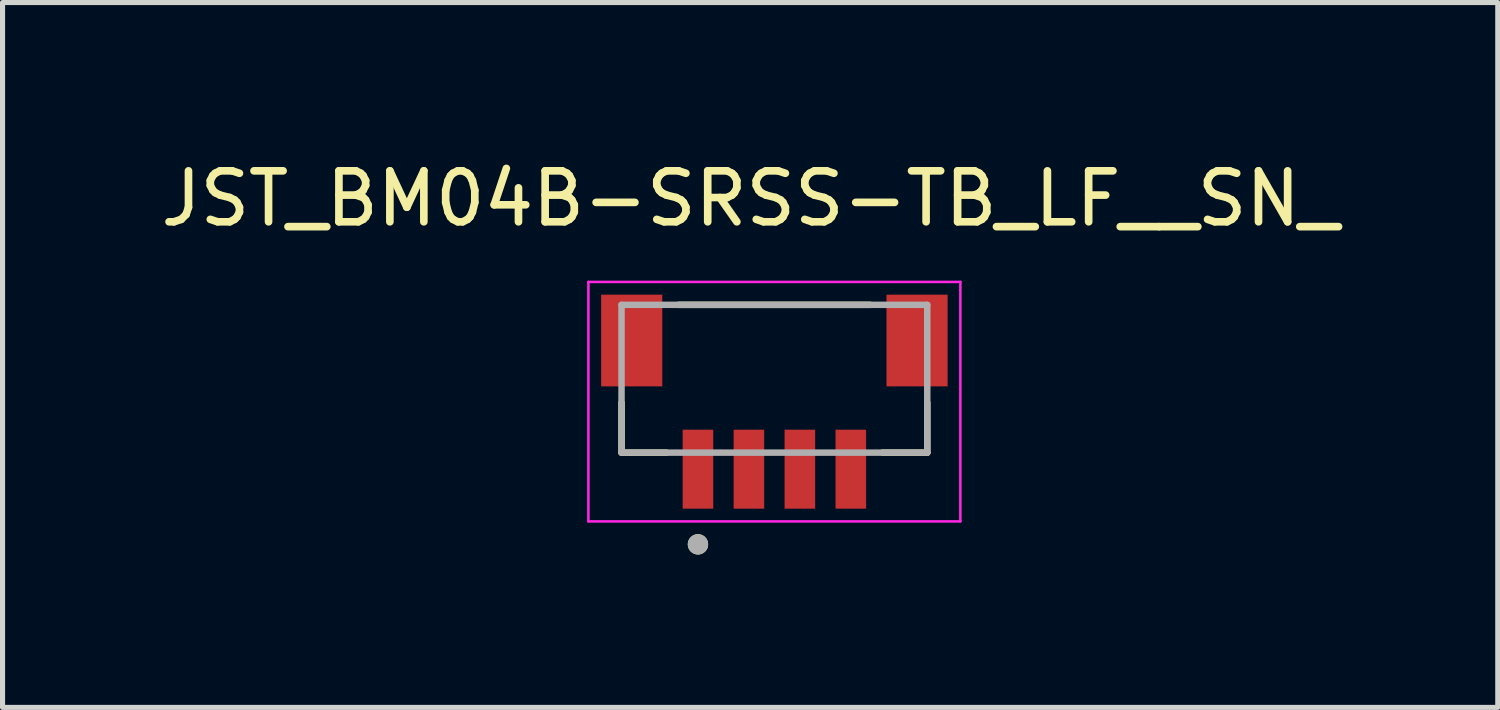
<source format=kicad_pcb>
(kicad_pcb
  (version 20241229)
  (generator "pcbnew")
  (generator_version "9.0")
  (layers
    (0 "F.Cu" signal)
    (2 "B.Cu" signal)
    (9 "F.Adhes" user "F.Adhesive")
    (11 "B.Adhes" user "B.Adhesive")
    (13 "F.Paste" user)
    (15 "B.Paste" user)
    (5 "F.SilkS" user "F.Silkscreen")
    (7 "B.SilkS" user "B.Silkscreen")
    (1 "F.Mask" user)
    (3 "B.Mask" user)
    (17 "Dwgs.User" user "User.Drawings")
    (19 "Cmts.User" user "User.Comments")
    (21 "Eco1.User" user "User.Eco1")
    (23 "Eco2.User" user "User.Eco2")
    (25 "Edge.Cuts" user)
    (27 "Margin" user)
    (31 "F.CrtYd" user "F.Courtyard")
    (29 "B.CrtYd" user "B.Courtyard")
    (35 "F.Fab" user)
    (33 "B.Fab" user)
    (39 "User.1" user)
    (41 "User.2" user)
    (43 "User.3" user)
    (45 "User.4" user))
  (footprint "JST_BM04B-SRSS-TB_LF__SN_"
    (layer "F.Cu")
    (at 12.148 3.633)
    (property "Reference" "JST_BM04B-SRSS-TB_LF__SN_" (at -0.475 -2.785 0) (layer "F.SilkS") (effects (font (size 1 1) (thickness 0.15))))
    (attr smd)
    (fp_line (start -3 2.2) (end -3 1.22) (stroke (width 0.127) (type solid)) (layer "F.SilkS"))
    (fp_line (start -2.12 2.2) (end -3 2.2) (stroke (width 0.127) (type solid)) (layer "F.SilkS"))
    (fp_line (start -1.88 -0.7) (end 1.88 -0.7) (stroke (width 0.127) (type solid)) (layer "F.SilkS"))
    (fp_line (start 3 2.2) (end 2.12 2.2) (stroke (width 0.127) (type solid)) (layer "F.SilkS"))
    (fp_line (start 3 2.2) (end 3 1.22) (stroke (width 0.127) (type solid)) (layer "F.SilkS"))
    (fp_circle (center -1.5 4) (end -1.4 4) (stroke (width 0.2) (type solid)) (fill no) (layer "F.SilkS"))
    (fp_line (start -3.65 -1.15) (end -3.65 3.55) (stroke (width 0.05) (type solid)) (layer "F.CrtYd"))
    (fp_line (start -3.65 3.55) (end 3.65 3.55) (stroke (width 0.05) (type solid)) (layer "F.CrtYd"))
    (fp_line (start 3.65 -1.15) (end -3.65 -1.15) (stroke (width 0.05) (type solid)) (layer "F.CrtYd"))
    (fp_line (start 3.65 3.55) (end 3.65 -1.15) (stroke (width 0.05) (type solid)) (layer "F.CrtYd"))
    (fp_line (start -3 -0.7) (end 3 -0.7) (stroke (width 0.127) (type solid)) (layer "F.Fab"))
    (fp_line (start -3 2.2) (end -3 -0.7) (stroke (width 0.127) (type solid)) (layer "F.Fab"))
    (fp_line (start 3 -0.7) (end 3 2.2) (stroke (width 0.127) (type solid)) (layer "F.Fab"))
    (fp_line (start 3 2.2) (end -3 2.2) (stroke (width 0.127) (type solid)) (layer "F.Fab"))
    (fp_circle (center -1.5 4) (end -1.4 4) (stroke (width 0.2) (type solid)) (fill no) (layer "F.Fab"))
    (pad "1" smd rect (at -1.5 2.525) (size 0.6 1.55) (layers "F.Cu" "F.Mask" "F.Paste"))
    (pad "2" smd rect (at -0.5 2.525) (size 0.6 1.55) (layers "F.Cu" "F.Mask" "F.Paste"))
    (pad "3" smd rect (at 0.5 2.525) (size 0.6 1.55) (layers "F.Cu" "F.Mask" "F.Paste"))
    (pad "4" smd rect (at 1.5 2.525) (size 0.6 1.55) (layers "F.Cu" "F.Mask" "F.Paste"))
    (pad "S1" smd rect (at -2.8 0) (size 1.2 1.8) (layers "F.Cu" "F.Mask" "F.Paste"))
    (pad "S2" smd rect (at 2.8 0) (size 1.2 1.8) (layers "F.Cu" "F.Mask" "F.Paste")))
  (gr_rect
    (start -3 -3)
    (end 26.345 10.833)
    (stroke (width 0.1) (type default))
    (fill no)
    (layer "Edge.Cuts")))
</source>
